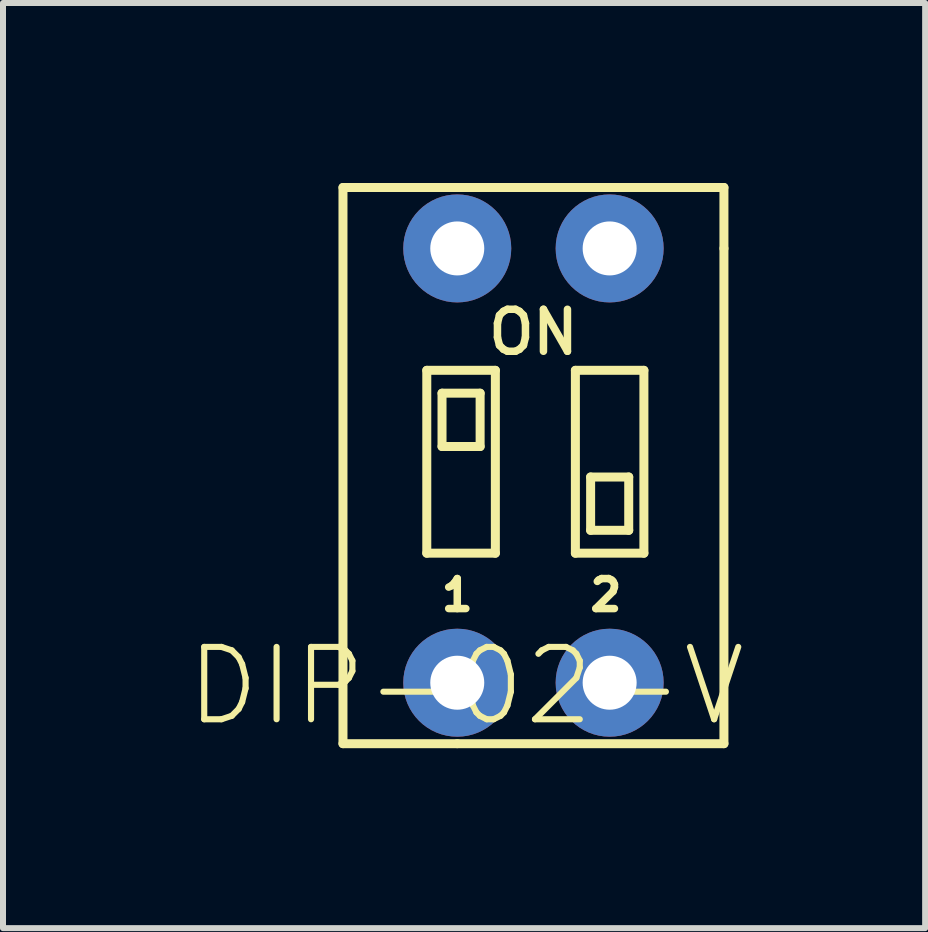
<source format=kicad_pcb>
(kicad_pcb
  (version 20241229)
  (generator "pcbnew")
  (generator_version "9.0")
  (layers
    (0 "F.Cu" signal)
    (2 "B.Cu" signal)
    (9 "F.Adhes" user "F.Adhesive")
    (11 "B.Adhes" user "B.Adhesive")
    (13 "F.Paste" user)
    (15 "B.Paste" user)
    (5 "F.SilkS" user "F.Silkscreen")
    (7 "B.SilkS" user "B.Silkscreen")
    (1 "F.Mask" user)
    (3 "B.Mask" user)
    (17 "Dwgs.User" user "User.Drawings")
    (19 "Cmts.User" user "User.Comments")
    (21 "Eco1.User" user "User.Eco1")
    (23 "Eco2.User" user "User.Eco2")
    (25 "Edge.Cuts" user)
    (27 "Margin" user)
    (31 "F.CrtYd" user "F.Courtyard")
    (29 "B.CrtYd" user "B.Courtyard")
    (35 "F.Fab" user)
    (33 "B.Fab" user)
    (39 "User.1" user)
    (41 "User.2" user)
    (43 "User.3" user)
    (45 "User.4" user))
  (footprint "DIP-02-V"
    (layer "F.Cu")
    (at 6.477 2.996)
    (property "Reference" "DIP-02-V" (at -6.477 6.096 0) (layer "F.SilkS") (effects (font (size 1.206 1.206) (thickness 0.102)) (justify left bottom)))
    (attr through_hole)
    (fp_line (start -3.81 6.35) (end -3.81 -2.921) (stroke (width 0.15) (type solid)) (layer "F.SilkS"))
    (fp_line (start -2.413 0.127) (end -2.413 3.175) (stroke (width 0.15) (type solid)) (layer "F.SilkS"))
    (fp_line (start -2.413 3.175) (end -1.27 3.175) (stroke (width 0.15) (type solid)) (layer "F.SilkS"))
    (fp_line (start -2.159 0.508) (end -2.159 1.397) (stroke (width 0.15) (type solid)) (layer "F.SilkS"))
    (fp_line (start -2.159 1.397) (end -1.524 1.397) (stroke (width 0.15) (type solid)) (layer "F.SilkS"))
    (fp_line (start -1.905 6.35) (end -3.81 6.35) (stroke (width 0.15) (type solid)) (layer "F.SilkS"))
    (fp_line (start -1.524 0.508) (end -2.159 0.508) (stroke (width 0.15) (type solid)) (layer "F.SilkS"))
    (fp_line (start -1.524 1.397) (end -1.524 0.508) (stroke (width 0.15) (type solid)) (layer "F.SilkS"))
    (fp_line (start -1.27 0.127) (end -2.413 0.127) (stroke (width 0.15) (type solid)) (layer "F.SilkS"))
    (fp_line (start -1.27 3.175) (end -1.27 0.127) (stroke (width 0.15) (type solid)) (layer "F.SilkS"))
    (fp_line (start 0.064 0.127) (end 0.064 3.175) (stroke (width 0.15) (type solid)) (layer "F.SilkS"))
    (fp_line (start 0.064 3.175) (end 1.206 3.175) (stroke (width 0.15) (type solid)) (layer "F.SilkS"))
    (fp_line (start 0.318 1.905) (end 0.318 2.794) (stroke (width 0.15) (type solid)) (layer "F.SilkS"))
    (fp_line (start 0.318 2.794) (end 0.953 2.794) (stroke (width 0.15) (type solid)) (layer "F.SilkS"))
    (fp_line (start 0.953 1.905) (end 0.318 1.905) (stroke (width 0.15) (type solid)) (layer "F.SilkS"))
    (fp_line (start 0.953 2.794) (end 0.953 1.905) (stroke (width 0.15) (type solid)) (layer "F.SilkS"))
    (fp_line (start 1.206 0.127) (end 0.064 0.127) (stroke (width 0.15) (type solid)) (layer "F.SilkS"))
    (fp_line (start 1.206 3.175) (end 1.206 0.127) (stroke (width 0.15) (type solid)) (layer "F.SilkS"))
    (fp_line (start 2.54 -2.921) (end -3.81 -2.921) (stroke (width 0.15) (type solid)) (layer "F.SilkS"))
    (fp_line (start 2.54 -1.905) (end 2.54 -2.921) (stroke (width 0.15) (type solid)) (layer "F.SilkS"))
    (fp_line (start 2.54 -1.905) (end 2.54 6.35) (stroke (width 0.15) (type solid)) (layer "F.SilkS"))
    (fp_line (start 2.54 6.35) (end -1.905 6.35) (stroke (width 0.15) (type solid)) (layer "F.SilkS"))
    (fp_text user "1" (at -1.905 3.873 0) (layer "F.SilkS") (effects (font (size 0.5 0.5) (thickness 0.125))))
    (fp_text user "ON" (at -0.635 -0.508 0) (layer "F.SilkS") (effects (font (size 0.7 0.7) (thickness 0.125))))
    (fp_text user "2" (at 0.572 3.873 0) (layer "F.SilkS") (effects (font (size 0.5 0.5) (thickness 0.125))))
    (pad "1" thru_hole circle (at -1.905 -1.905) (size 1.8 1.8) (drill 0.9) (layers "*.Cu" "*.Mask"))
    (pad "2" thru_hole circle (at 0.635 -1.905) (size 1.8 1.8) (drill 0.9) (layers "*.Cu" "*.Mask"))
    (pad "3" thru_hole circle (at -1.905 5.334) (size 1.8 1.8) (drill 0.9) (layers "*.Cu" "*.Mask"))
    (pad "4" thru_hole circle (at 0.635 5.334) (size 1.8 1.8) (drill 0.9) (layers "*.Cu" "*.Mask")))
  (gr_rect
    (start -3 -3)
    (end 12.371 12.421)
    (stroke (width 0.1) (type default))
    (fill no)
    (layer "Edge.Cuts")))
</source>
